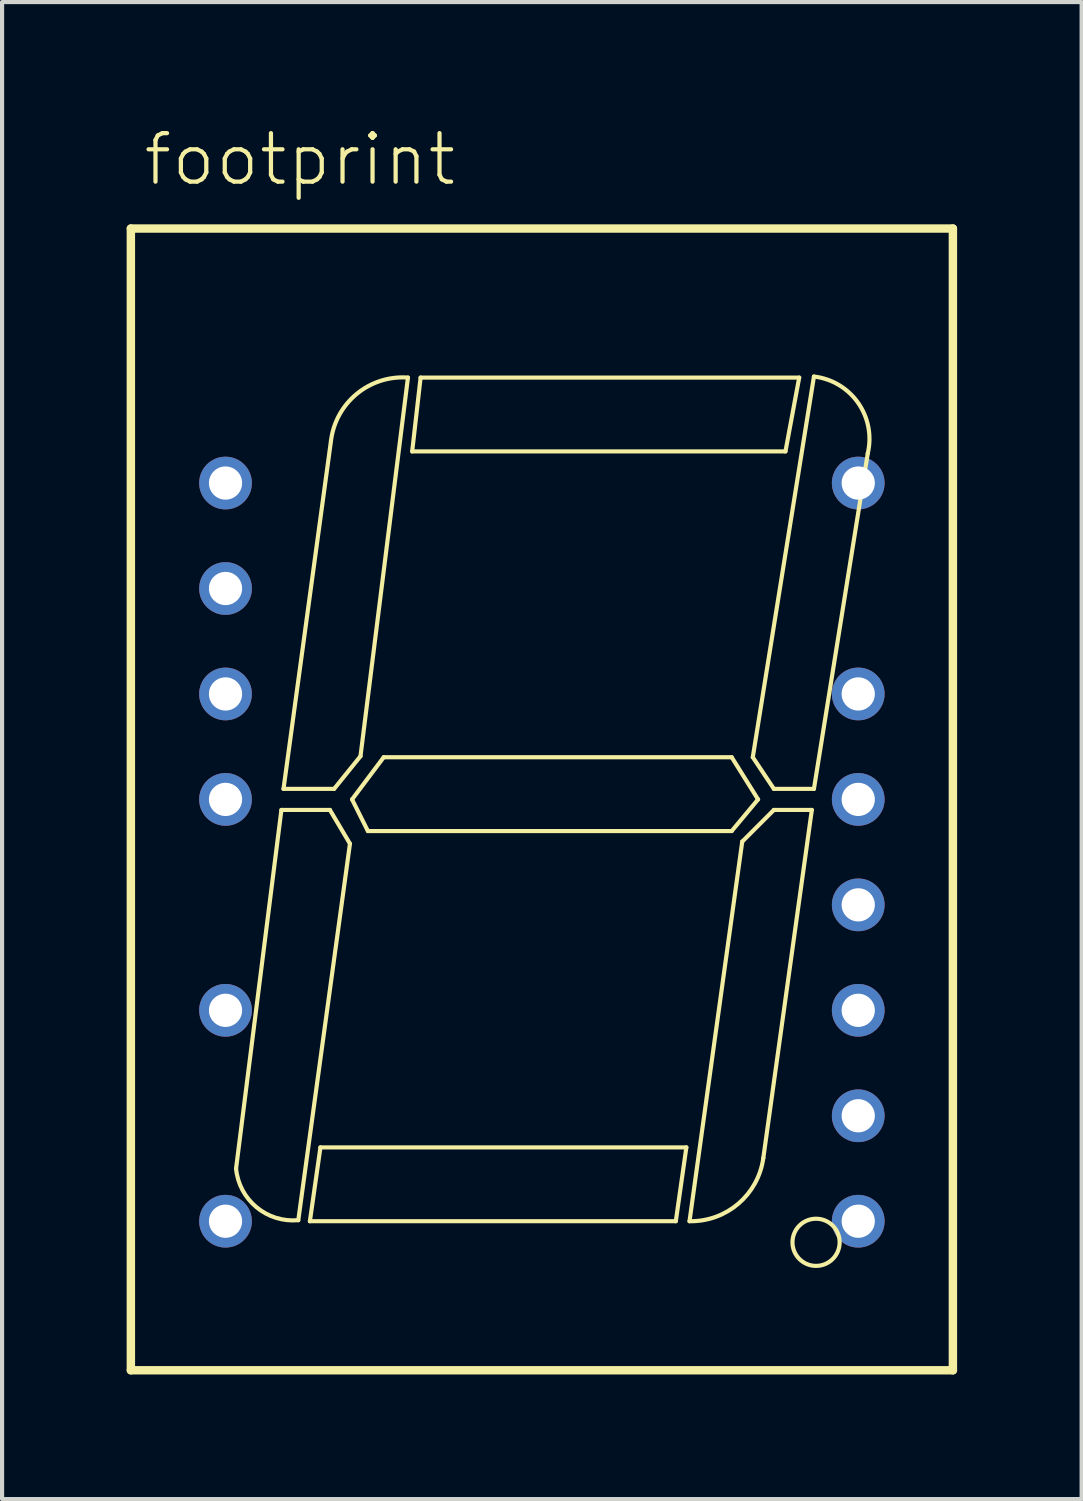
<source format=kicad_pcb>
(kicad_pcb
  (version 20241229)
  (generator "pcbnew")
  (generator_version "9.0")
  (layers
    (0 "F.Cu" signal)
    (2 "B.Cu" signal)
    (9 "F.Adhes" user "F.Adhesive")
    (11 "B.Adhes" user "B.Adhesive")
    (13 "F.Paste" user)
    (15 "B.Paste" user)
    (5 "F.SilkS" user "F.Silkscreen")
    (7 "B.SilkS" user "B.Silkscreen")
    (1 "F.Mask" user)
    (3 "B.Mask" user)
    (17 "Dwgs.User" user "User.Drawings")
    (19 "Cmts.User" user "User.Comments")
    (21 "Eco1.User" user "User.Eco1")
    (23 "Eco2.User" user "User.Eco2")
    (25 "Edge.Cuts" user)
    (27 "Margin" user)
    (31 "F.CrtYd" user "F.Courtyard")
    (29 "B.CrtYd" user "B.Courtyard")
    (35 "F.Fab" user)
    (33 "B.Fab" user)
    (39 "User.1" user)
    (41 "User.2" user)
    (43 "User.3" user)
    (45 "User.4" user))
  (footprint "footprint"
    (layer "F.Cu")
    (at 10.002 16.205)
    (property "Reference" "footprint" (at -9.652 -14.732 0) (layer "F.SilkS") (effects (font (size 1.168 1.168) (thickness 0.102)) (justify left bottom)))
    (fp_line (start -9.9 -13.75) (end 9.9 -13.75) (stroke (width 0.203) (type solid)) (layer "F.SilkS"))
    (fp_line (start -9.9 13.75) (end -9.9 -13.75) (stroke (width 0.203) (type solid)) (layer "F.SilkS"))
    (fp_line (start -7.366 8.89) (end -6.274 0.254) (stroke (width 0.1) (type solid)) (layer "F.SilkS"))
    (fp_line (start -6.274 0.254) (end -5.105 0.254) (stroke (width 0.1) (type solid)) (layer "F.SilkS"))
    (fp_line (start -6.223 -0.254) (end -5.004 -0.254) (stroke (width 0.1) (type solid)) (layer "F.SilkS"))
    (fp_line (start -5.588 10.16) (end 3.226 10.16) (stroke (width 0.1) (type solid)) (layer "F.SilkS"))
    (fp_line (start -5.334 8.382) (end -5.588 10.16) (stroke (width 0.1) (type solid)) (layer "F.SilkS"))
    (fp_line (start -5.105 0.254) (end -4.623 1.067) (stroke (width 0.1) (type solid)) (layer "F.SilkS"))
    (fp_line (start -5.08 -8.636) (end -6.223 -0.254) (stroke (width 0.1) (type solid)) (layer "F.SilkS"))
    (fp_line (start -5.004 -0.254) (end -4.369 -1.041) (stroke (width 0.1) (type solid)) (layer "F.SilkS"))
    (fp_line (start -4.623 1.067) (end -5.867 10.135) (stroke (width 0.1) (type solid)) (layer "F.SilkS"))
    (fp_line (start -4.572 0) (end -3.81 -1.016) (stroke (width 0.1) (type solid)) (layer "F.SilkS"))
    (fp_line (start -4.369 -1.041) (end -3.226 -10.16) (stroke (width 0.1) (type solid)) (layer "F.SilkS"))
    (fp_line (start -4.191 0.762) (end -4.572 0) (stroke (width 0.1) (type solid)) (layer "F.SilkS"))
    (fp_line (start -3.81 -1.016) (end 4.572 -1.016) (stroke (width 0.1) (type solid)) (layer "F.SilkS"))
    (fp_line (start -3.124 -8.382) (end 5.867 -8.382) (stroke (width 0.1) (type solid)) (layer "F.SilkS"))
    (fp_line (start -2.921 -10.16) (end -3.124 -8.382) (stroke (width 0.1) (type solid)) (layer "F.SilkS"))
    (fp_line (start 3.226 10.16) (end 3.48 8.382) (stroke (width 0.1) (type solid)) (layer "F.SilkS"))
    (fp_line (start 3.48 8.382) (end -5.334 8.382) (stroke (width 0.1) (type solid)) (layer "F.SilkS"))
    (fp_line (start 4.572 -1.016) (end 5.207 0) (stroke (width 0.1) (type solid)) (layer "F.SilkS"))
    (fp_line (start 4.572 0.762) (end -4.191 0.762) (stroke (width 0.1) (type solid)) (layer "F.SilkS"))
    (fp_line (start 4.826 1.016) (end 3.556 10.16) (stroke (width 0.1) (type solid)) (layer "F.SilkS"))
    (fp_line (start 5.08 -1.016) (end 6.553 -10.185) (stroke (width 0.1) (type solid)) (layer "F.SilkS"))
    (fp_line (start 5.207 0) (end 4.572 0.762) (stroke (width 0.1) (type solid)) (layer "F.SilkS"))
    (fp_line (start 5.334 8.636) (end 6.502 0.254) (stroke (width 0.1) (type solid)) (layer "F.SilkS"))
    (fp_line (start 5.588 -0.254) (end 5.08 -1.016) (stroke (width 0.1) (type solid)) (layer "F.SilkS"))
    (fp_line (start 5.588 0.254) (end 4.826 1.016) (stroke (width 0.1) (type solid)) (layer "F.SilkS"))
    (fp_line (start 5.867 -8.382) (end 6.198 -10.16) (stroke (width 0.1) (type solid)) (layer "F.SilkS"))
    (fp_line (start 6.198 -10.16) (end -2.921 -10.16) (stroke (width 0.1) (type solid)) (layer "F.SilkS"))
    (fp_line (start 6.502 0.254) (end 5.588 0.254) (stroke (width 0.1) (type solid)) (layer "F.SilkS"))
    (fp_line (start 6.553 -0.254) (end 5.588 -0.254) (stroke (width 0.1) (type solid)) (layer "F.SilkS"))
    (fp_line (start 7.849 -8.331) (end 6.553 -0.254) (stroke (width 0.1) (type solid)) (layer "F.SilkS"))
    (fp_line (start 9.9 -13.75) (end 9.9 13.75) (stroke (width 0.203) (type solid)) (layer "F.SilkS"))
    (fp_line (start 9.9 13.75) (end -9.9 13.75) (stroke (width 0.203) (type solid)) (layer "F.SilkS"))
    (fp_arc (start -5.8674 10.1346) (mid -6.874465 9.82267) (end -7.366 8.89) (stroke (width 0.1) (type solid)) (layer "F.SilkS"))
    (fp_arc (start -5.080001 -8.635999) (mid -4.457713 -9.768855) (end -3.2258 -10.16) (stroke (width 0.1) (type solid)) (layer "F.SilkS"))
    (fp_arc (start 5.334 8.636) (mid 4.734739 9.736029) (end 3.556 10.16) (stroke (width 0.1) (type solid)) (layer "F.SilkS"))
    (fp_arc (start 6.5532 -10.1854) (mid 7.618268 -9.549885) (end 7.8486 -8.331198) (stroke (width 0.1) (type solid)) (layer "F.SilkS"))
    (fp_circle (center 6.604 10.668) (end 7.172 10.668) (stroke (width 0.1) (type solid)) (fill no) (layer "F.SilkS"))
    (pad "2" thru_hole circle (at -7.62 -7.62) (size 1.27 1.27) (drill 0.8) (layers "*.Cu" "*.Mask"))
    (pad "3" thru_hole circle (at -7.62 -5.08) (size 1.27 1.27) (drill 0.8) (layers "*.Cu" "*.Mask"))
    (pad "4" thru_hole circle (at -7.62 -2.54) (size 1.27 1.27) (drill 0.8) (layers "*.Cu" "*.Mask"))
    (pad "5" thru_hole circle (at -7.62 0) (size 1.27 1.27) (drill 0.8) (layers "*.Cu" "*.Mask"))
    (pad "7" thru_hole circle (at -7.62 5.08) (size 1.27 1.27) (drill 0.8) (layers "*.Cu" "*.Mask"))
    (pad "9" thru_hole circle (at -7.62 10.16) (size 1.27 1.27) (drill 0.8) (layers "*.Cu" "*.Mask"))
    (pad "10" thru_hole circle (at 7.62 10.16) (size 1.27 1.27) (drill 0.8) (layers "*.Cu" "*.Mask"))
    (pad "11" thru_hole circle (at 7.62 7.62) (size 1.27 1.27) (drill 0.8) (layers "*.Cu" "*.Mask"))
    (pad "12" thru_hole circle (at 7.62 5.08) (size 1.27 1.27) (drill 0.8) (layers "*.Cu" "*.Mask"))
    (pad "13" thru_hole circle (at 7.62 2.54) (size 1.27 1.27) (drill 0.8) (layers "*.Cu" "*.Mask"))
    (pad "14" thru_hole circle (at 7.62 0) (size 1.27 1.27) (drill 0.8) (layers "*.Cu" "*.Mask"))
    (pad "15" thru_hole circle (at 7.62 -2.54) (size 1.27 1.27) (drill 0.8) (layers "*.Cu" "*.Mask"))
    (pad "17" thru_hole circle (at 7.62 -7.62) (size 1.27 1.27) (drill 0.8) (layers "*.Cu" "*.Mask")))
  (gr_rect
    (start -3 -3)
    (end 23.003 33.057)
    (stroke (width 0.1) (type default))
    (fill no)
    (layer "Edge.Cuts")))
</source>
